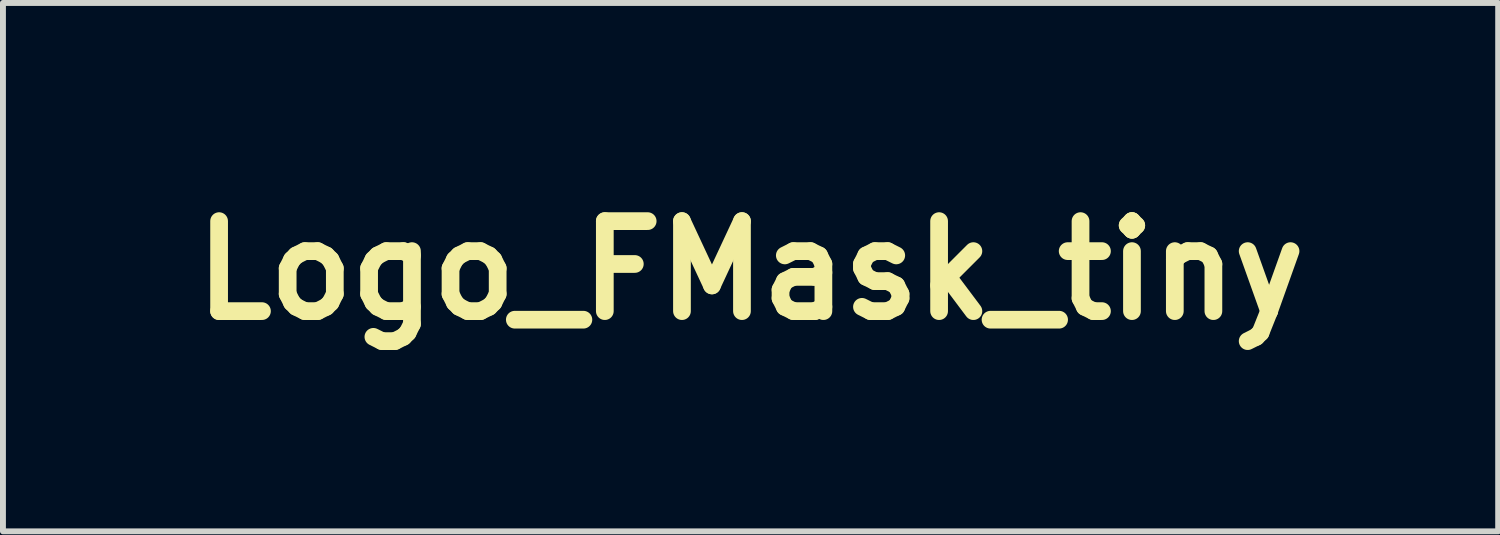
<source format=kicad_pcb>
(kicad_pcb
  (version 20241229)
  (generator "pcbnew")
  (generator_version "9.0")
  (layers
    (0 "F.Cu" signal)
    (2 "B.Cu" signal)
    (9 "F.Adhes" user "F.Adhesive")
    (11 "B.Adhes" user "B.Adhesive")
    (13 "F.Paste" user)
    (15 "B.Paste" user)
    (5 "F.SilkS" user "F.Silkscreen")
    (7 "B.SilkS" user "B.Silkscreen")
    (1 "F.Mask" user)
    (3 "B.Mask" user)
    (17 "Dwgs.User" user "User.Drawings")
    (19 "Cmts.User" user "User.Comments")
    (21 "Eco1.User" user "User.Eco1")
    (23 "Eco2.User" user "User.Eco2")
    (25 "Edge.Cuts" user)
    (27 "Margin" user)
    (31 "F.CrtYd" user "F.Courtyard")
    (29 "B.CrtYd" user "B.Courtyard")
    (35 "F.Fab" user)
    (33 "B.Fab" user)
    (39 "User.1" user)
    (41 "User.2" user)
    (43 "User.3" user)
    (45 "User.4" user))
  (footprint "Logo_FMask_tiny"
    (layer "F.Cu")
    (at 9.659 1.529)
    (property "Reference" "Logo_FMask_tiny" (at 0 0 0) (layer "F.SilkS") (effects (font (size 1.524 1.524) (thickness 0.3))))
    (attr through_hole)
    (fp_poly (pts (xy 0.278 -0.127) (xy 0.34 -0.107) (xy 0.397 -0.077) (xy 0.449 -0.037) (xy 0.492 0.012) (xy 0.526 0.069) (xy 0.548 0.135) (xy 0.557 0.206) (xy 0.556 0.248) (xy 0.542 0.32) (xy 0.513 0.386) (xy 0.471 0.444) (xy 0.419 0.493) (xy 0.357 0.531) (xy 0.288 0.555) (xy 0.267 0.559) (xy 0.231 0.564) (xy 0.204 0.566) (xy 0.179 0.564) (xy 0.147 0.558) (xy 0.135 0.556) (xy 0.065 0.533) (xy 0.004 0.497) (xy -0.046 0.451) (xy -0.087 0.397) (xy -0.116 0.336) (xy -0.133 0.272) (xy -0.137 0.22) (xy 0.147 0.22) (xy 0.158 0.245) (xy 0.175 0.262) (xy 0.202 0.277) (xy 0.226 0.276) (xy 0.25 0.259) (xy 0.265 0.238) (xy 0.271 0.217) (xy 0.271 0.216) (xy 0.265 0.195) (xy 0.251 0.174) (xy 0.25 0.173) (xy 0.223 0.156) (xy 0.196 0.154) (xy 0.171 0.169) (xy 0.153 0.193) (xy 0.147 0.22) (xy -0.137 0.22) (xy -0.138 0.205) (xy -0.131 0.137) (xy -0.109 0.072) (xy -0.073 0.01) (xy -0.038 -0.031) (xy 0.02 -0.078) (xy 0.082 -0.111) (xy 0.147 -0.129) (xy 0.213 -0.134) (xy 0.278 -0.127)) (stroke (width 0.01) (type solid)) (fill yes) (layer "F.Mask"))
    (fp_poly (pts (xy 0.887 -0.824) (xy 0.898 -0.816) (xy 0.905 -0.804) (xy 0.918 -0.779) (xy 0.937 -0.744) (xy 0.959 -0.7) (xy 0.985 -0.649) (xy 1.011 -0.596) (xy 1.044 -0.527) (xy 1.07 -0.472) (xy 1.089 -0.43) (xy 1.1 -0.4) (xy 1.106 -0.382) (xy 1.106 -0.375) (xy 1.096 -0.365) (xy 1.072 -0.347) (xy 1.033 -0.322) (xy 0.979 -0.288) (xy 0.909 -0.246) (xy 0.83 -0.2) (xy 0.769 -0.164) (xy 0.712 -0.131) (xy 0.662 -0.102) (xy 0.619 -0.078) (xy 0.587 -0.059) (xy 0.565 -0.047) (xy 0.556 -0.042) (xy 0.556 -0.042) (xy 0.549 -0.048) (xy 0.532 -0.062) (xy 0.51 -0.083) (xy 0.506 -0.087) (xy 0.44 -0.14) (xy 0.368 -0.179) (xy 0.292 -0.202) (xy 0.214 -0.21) (xy 0.136 -0.203) (xy 0.06 -0.181) (xy -0.013 -0.144) (xy -0.081 -0.091) (xy -0.081 -0.091) (xy -0.135 -0.031) (xy -0.175 0.039) (xy -0.203 0.113) (xy -0.215 0.191) (xy -0.213 0.269) (xy -0.212 0.273) (xy -0.205 0.308) (xy -0.197 0.34) (xy -0.191 0.361) (xy -0.184 0.38) (xy -0.184 0.39) (xy -0.193 0.397) (xy -0.24 0.415) (xy -0.297 0.426) (xy -0.359 0.431) (xy -0.419 0.427) (xy -0.472 0.417) (xy -0.474 0.416) (xy -0.545 0.385) (xy -0.61 0.338) (xy -0.622 0.327) (xy -0.643 0.309) (xy -0.66 0.301) (xy -0.678 0.302) (xy -0.678 0.302) (xy -0.7 0.303) (xy -0.714 0.298) (xy -0.729 0.293) (xy -0.753 0.296) (xy -0.758 0.297) (xy -0.805 0.303) (xy -0.847 0.294) (xy -0.881 0.272) (xy -0.905 0.236) (xy -0.92 0.19) (xy -0.923 0.152) (xy -0.923 0.105) (xy -0.889 0.109) (xy -0.867 0.112) (xy -0.858 0.119) (xy -0.855 0.135) (xy -0.855 0.144) (xy -0.85 0.187) (xy -0.836 0.216) (xy -0.813 0.231) (xy -0.781 0.232) (xy -0.78 0.232) (xy -0.76 0.225) (xy -0.754 0.212) (xy -0.754 0.207) (xy -0.747 0.187) (xy -0.739 0.176) (xy -0.732 0.169) (xy -0.728 0.157) (xy -0.725 0.138) (xy -0.724 0.108) (xy -0.724 0.064) (xy -0.724 0.064) (xy -0.724 0.019) (xy -0.722 -0.012) (xy -0.719 -0.036) (xy -0.714 -0.057) (xy -0.705 -0.079) (xy -0.697 -0.094) (xy -0.657 -0.162) (xy -0.606 -0.218) (xy -0.572 -0.245) (xy -0.56 -0.251) (xy -0.533 -0.263) (xy -0.494 -0.28) (xy -0.443 -0.302) (xy -0.382 -0.327) (xy -0.312 -0.356) (xy -0.234 -0.388) (xy -0.151 -0.423) (xy -0.063 -0.458) (xy 0.028 -0.496) (xy 0.12 -0.533) (xy 0.213 -0.571) (xy 0.306 -0.608) (xy 0.395 -0.644) (xy 0.481 -0.679) (xy 0.562 -0.711) (xy 0.636 -0.741) (xy 0.702 -0.767) (xy 0.759 -0.789) (xy 0.805 -0.807) (xy 0.839 -0.819) (xy 0.859 -0.826) (xy 0.864 -0.828) (xy 0.887 -0.824)) (stroke (width 0.01) (type solid)) (fill yes) (layer "F.Mask"))
    (fp_poly (pts (xy 0.265 -1.524) (xy 0.527 -1.524) (xy 0.772 -1.524) (xy 1.002 -1.524) (xy 1.217 -1.524) (xy 1.418 -1.524) (xy 1.605 -1.524) (xy 1.778 -1.524) (xy 1.939 -1.524) (xy 2.087 -1.523) (xy 2.224 -1.523) (xy 2.349 -1.523) (xy 2.463 -1.523) (xy 2.567 -1.523) (xy 2.661 -1.522) (xy 2.746 -1.522) (xy 2.822 -1.522) (xy 2.89 -1.521) (xy 2.95 -1.521) (xy 3.003 -1.52) (xy 3.049 -1.52) (xy 3.088 -1.519) (xy 3.122 -1.518) (xy 3.151 -1.518) (xy 3.175 -1.517) (xy 3.195 -1.516) (xy 3.211 -1.515) (xy 3.224 -1.514) (xy 3.235 -1.513) (xy 3.243 -1.512) (xy 3.249 -1.51) (xy 3.255 -1.509) (xy 3.259 -1.508) (xy 3.331 -1.477) (xy 3.395 -1.432) (xy 3.448 -1.376) (xy 3.489 -1.31) (xy 3.516 -1.237) (xy 3.522 -1.212) (xy 3.523 -1.196) (xy 3.524 -1.165) (xy 3.526 -1.12) (xy 3.527 -1.062) (xy 3.527 -0.991) (xy 3.528 -0.91) (xy 3.529 -0.82) (xy 3.529 -0.722) (xy 3.53 -0.617) (xy 3.53 -0.507) (xy 3.531 -0.393) (xy 3.531 -0.276) (xy 3.531 -0.157) (xy 3.531 -0.038) (xy 3.531 0.081) (xy 3.53 0.197) (xy 3.53 0.309) (xy 3.53 0.417) (xy 3.529 0.518) (xy 3.529 0.613) (xy 3.528 0.698) (xy 3.527 0.774) (xy 3.526 0.838) (xy 3.525 0.89) (xy 3.524 0.929) (xy 3.523 0.952) (xy 3.522 0.958) (xy 3.5 1.031) (xy 3.463 1.098) (xy 3.415 1.157) (xy 3.356 1.206) (xy 3.289 1.242) (xy 3.228 1.26) (xy 3.215 1.261) (xy 3.186 1.262) (xy 3.142 1.263) (xy 3.083 1.264) (xy 3.009 1.265) (xy 2.923 1.265) (xy 2.824 1.266) (xy 2.713 1.266) (xy 2.591 1.267) (xy 2.458 1.267) (xy 2.316 1.268) (xy 2.164 1.268) (xy 2.005 1.269) (xy 1.837 1.269) (xy 1.663 1.269) (xy 1.483 1.27) (xy 1.297 1.27) (xy 1.106 1.27) (xy 0.912 1.27) (xy 0.714 1.27) (xy 0.514 1.27) (xy 0.311 1.27) (xy 0.108 1.27) (xy -0.096 1.27) (xy -0.3 1.27) (xy -0.503 1.27) (xy -0.704 1.27) (xy -0.902 1.269) (xy -1.098 1.269) (xy -1.289 1.269) (xy -1.476 1.269) (xy -1.658 1.268) (xy -1.833 1.268) (xy -2.002 1.267) (xy -2.164 1.267) (xy -2.317 1.266) (xy -2.462 1.266) (xy -2.597 1.265) (xy -2.722 1.265) (xy -2.835 1.264) (xy -2.937 1.263) (xy -3.027 1.262) (xy -3.103 1.262) (xy -3.165 1.261) (xy -3.213 1.26) (xy -3.246 1.259) (xy -3.262 1.258) (xy -3.264 1.258) (xy -3.337 1.232) (xy -3.402 1.191) (xy -3.458 1.139) (xy -3.503 1.076) (xy -3.535 1.006) (xy -3.547 0.958) (xy -3.549 0.942) (xy -3.55 0.911) (xy -3.551 0.865) (xy -3.552 0.806) (xy -3.553 0.736) (xy -3.554 0.654) (xy -3.554 0.564) (xy -3.555 0.466) (xy -3.555 0.397) (xy -3.521 0.397) (xy -3.521 0.498) (xy -3.521 0.586) (xy -3.521 0.663) (xy -3.52 0.729) (xy -3.52 0.785) (xy -3.519 0.832) (xy -3.518 0.872) (xy -3.517 0.903) (xy -3.516 0.929) (xy -3.515 0.949) (xy -3.513 0.965) (xy -3.512 0.977) (xy -3.51 0.986) (xy -3.509 0.99) (xy -3.489 1.043) (xy -3.462 1.089) (xy -3.426 1.133) (xy -3.386 1.169) (xy -3.345 1.196) (xy -3.296 1.218) (xy -3.292 1.219) (xy -3.288 1.221) (xy -3.283 1.222) (xy -3.277 1.223) (xy -3.269 1.225) (xy -3.259 1.226) (xy -3.247 1.227) (xy -3.231 1.228) (xy -3.211 1.228) (xy -3.187 1.229) (xy -3.159 1.23) (xy -3.125 1.231) (xy -3.086 1.231) (xy -3.04 1.232) (xy -2.988 1.232) (xy -2.928 1.233) (xy -2.86 1.233) (xy -2.785 1.233) (xy -2.7 1.234) (xy -2.606 1.234) (xy -2.503 1.234) (xy -2.389 1.234) (xy -2.264 1.234) (xy -2.128 1.234) (xy -1.98 1.234) (xy -1.82 1.234) (xy -1.647 1.234) (xy -1.461 1.234) (xy -1.261 1.234) (xy -1.046 1.234) (xy -0.817 1.234) (xy -0.572 1.234) (xy -0.312 1.234) (xy -0.035 1.234) (xy 0 1.234) (xy 3.247 1.232) (xy 3.295 1.209) (xy 3.357 1.171) (xy 3.411 1.121) (xy 3.453 1.061) (xy 3.482 0.995) (xy 3.483 0.991) (xy 3.485 0.983) (xy 3.487 0.972) (xy 3.489 0.958) (xy 3.49 0.94) (xy 3.491 0.916) (xy 3.492 0.886) (xy 3.493 0.85) (xy 3.494 0.805) (xy 3.495 0.751) (xy 3.495 0.688) (xy 3.496 0.615) (xy 3.496 0.53) (xy 3.496 0.432) (xy 3.497 0.321) (xy 3.497 0.197) (xy 3.497 0.057) (xy 3.497 -0.099) (xy 3.497 -0.128) (xy 3.497 -0.285) (xy 3.497 -0.425) (xy 3.497 -0.551) (xy 3.497 -0.663) (xy 3.496 -0.761) (xy 3.496 -0.847) (xy 3.496 -0.922) (xy 3.495 -0.985) (xy 3.495 -1.04) (xy 3.494 -1.085) (xy 3.493 -1.123) (xy 3.492 -1.154) (xy 3.491 -1.179) (xy 3.49 -1.199) (xy 3.488 -1.215) (xy 3.487 -1.227) (xy 3.485 -1.238) (xy 3.482 -1.247) (xy 3.48 -1.255) (xy 3.48 -1.255) (xy 3.45 -1.323) (xy 3.407 -1.382) (xy 3.35 -1.431) (xy 3.28 -1.47) (xy 3.274 -1.472) (xy 3.222 -1.494) (xy 0.017 -1.497) (xy -0.306 -1.497) (xy -0.612 -1.497) (xy -0.902 -1.497) (xy -1.174 -1.497) (xy -1.43 -1.497) (xy -1.668 -1.497) (xy -1.89 -1.497) (xy -2.095 -1.497) (xy -2.283 -1.496) (xy -2.454 -1.496) (xy -2.608 -1.496) (xy -2.745 -1.495) (xy -2.865 -1.495) (xy -2.968 -1.494) (xy -3.055 -1.493) (xy -3.124 -1.493) (xy -3.177 -1.492) (xy -3.212 -1.491) (xy -3.231 -1.49) (xy -3.234 -1.49) (xy -3.308 -1.468) (xy -3.374 -1.432) (xy -3.431 -1.382) (xy -3.477 -1.321) (xy -3.491 -1.296) (xy -3.518 -1.24) (xy -3.52 -0.149) (xy -3.52 0.011) (xy -3.521 0.155) (xy -3.521 0.283) (xy -3.521 0.397) (xy -3.555 0.397) (xy -3.556 0.361) (xy -3.556 0.25) (xy -3.556 0.136) (xy -3.556 0.018) (xy -3.556 -0.101) (xy -3.556 -0.22) (xy -3.556 -0.339) (xy -3.556 -0.455) (xy -3.555 -0.567) (xy -3.555 -0.675) (xy -3.554 -0.777) (xy -3.554 -0.871) (xy -3.553 -0.957) (xy -3.552 -1.033) (xy -3.551 -1.097) (xy -3.55 -1.149) (xy -3.549 -1.187) (xy -3.547 -1.21) (xy -3.547 -1.216) (xy -3.525 -1.289) (xy -3.488 -1.357) (xy -3.439 -1.416) (xy -3.379 -1.464) (xy -3.311 -1.499) (xy -3.287 -1.507) (xy -3.282 -1.509) (xy -3.277 -1.51) (xy -3.27 -1.511) (xy -3.263 -1.513) (xy -3.253 -1.514) (xy -3.241 -1.515) (xy -3.226 -1.516) (xy -3.207 -1.517) (xy -3.185 -1.517) (xy -3.158 -1.518) (xy -3.126 -1.519) (xy -3.088 -1.52) (xy -3.045 -1.52) (xy -2.995 -1.521) (xy -2.937 -1.521) (xy -2.873 -1.522) (xy -2.8 -1.522) (xy -2.718 -1.522) (xy -2.628 -1.523) (xy -2.528 -1.523) (xy -2.418 -1.523) (xy -2.297 -1.523) (xy -2.165 -1.523) (xy -2.021 -1.524) (xy -1.866 -1.524) (xy -1.697 -1.524) (xy -1.516 -1.524) (xy -1.321 -1.524) (xy -1.111 -1.524) (xy -0.887 -1.524) (xy -0.648 -1.524) (xy -0.393 -1.524) (xy -0.121 -1.524) (xy -0.013 -1.524) (xy 0.265 -1.524)) (stroke (width 0.01) (type solid)) (fill yes) (layer "F.Mask")))
  (gr_rect
    (start -3 -3)
    (end 22.319 5.947)
    (stroke (width 0.1) (type default))
    (fill no)
    (layer "Edge.Cuts")))
</source>
